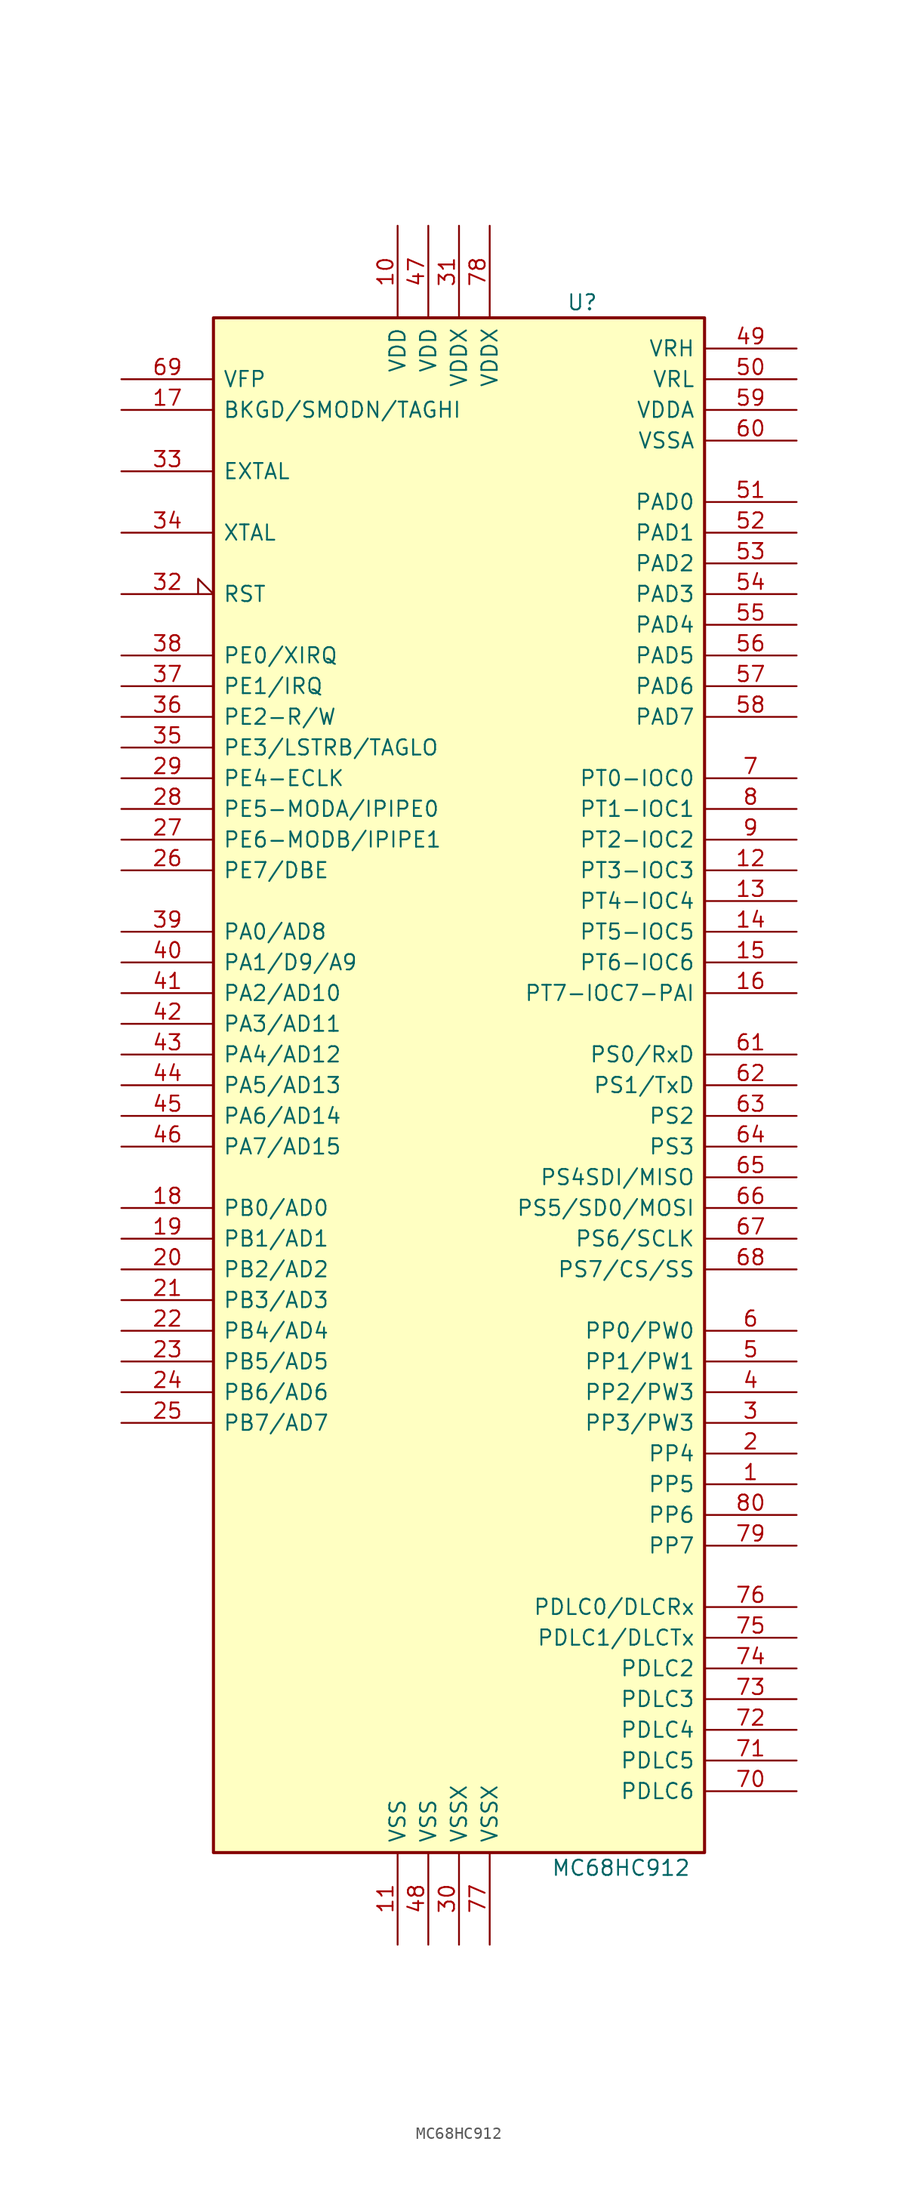
<source format=kicad_sym>
(kicad_symbol_lib
  (version 20201005)
  (generator kicad_symbol_editor)
  (symbol "MCU_NXP_HC12:MC68HC912"
    (pin_names
      (offset 0.762))
    (property "Reference" "U"
      (at 8.89 67.31 0)
      (effects (font (size 1.27 1.27)) (justify left)))
    (property "Value" "MC68HC912"
      (at 7.62 -62.23 0)
      (effects (font (size 1.27 1.27)) (justify left)))
    (symbol "MC68HC912_0_1"
      (rectangle (start -20.32 -60.96) (end 20.32 66.04) (stroke (width 0.254)) (fill (type background))))
    (symbol "MC68HC912_1_1"
      (pin bidirectional line (at 27.94 -30.48 180) (length 7.62) (name "PP5" (effects (font (size 1.27 1.27)))) (number "1" (effects (font (size 1.27 1.27)))))
      (pin power_in line (at -5.08 73.66 270) (length 7.62) (name "VDD" (effects (font (size 1.27 1.27)))) (number "10" (effects (font (size 1.27 1.27)))))
      (pin power_in line (at -5.08 -68.58 90) (length 7.62) (name "VSS" (effects (font (size 1.27 1.27)))) (number "11" (effects (font (size 1.27 1.27)))))
      (pin bidirectional line (at 27.94 20.32 180) (length 7.62) (name "PT3-IOC3" (effects (font (size 1.27 1.27)))) (number "12" (effects (font (size 1.27 1.27)))))
      (pin bidirectional line (at 27.94 17.78 180) (length 7.62) (name "PT4-IOC4" (effects (font (size 1.27 1.27)))) (number "13" (effects (font (size 1.27 1.27)))))
      (pin bidirectional line (at 27.94 15.24 180) (length 7.62) (name "PT5-IOC5" (effects (font (size 1.27 1.27)))) (number "14" (effects (font (size 1.27 1.27)))))
      (pin bidirectional line (at 27.94 12.7 180) (length 7.62) (name "PT6-IOC6" (effects (font (size 1.27 1.27)))) (number "15" (effects (font (size 1.27 1.27)))))
      (pin bidirectional line (at 27.94 10.16 180) (length 7.62) (name "PT7-IOC7-PAI" (effects (font (size 1.27 1.27)))) (number "16" (effects (font (size 1.27 1.27)))))
      (pin bidirectional line (at -27.94 58.42 0) (length 7.62) (name "BKGD/SMODN/TAGHI" (effects (font (size 1.27 1.27)))) (number "17" (effects (font (size 1.27 1.27)))))
      (pin bidirectional line (at -27.94 -7.62 0) (length 7.62) (name "PB0/AD0" (effects (font (size 1.27 1.27)))) (number "18" (effects (font (size 1.27 1.27)))))
      (pin bidirectional line (at -27.94 -10.16 0) (length 7.62) (name "PB1/AD1" (effects (font (size 1.27 1.27)))) (number "19" (effects (font (size 1.27 1.27)))))
      (pin bidirectional line (at 27.94 -27.94 180) (length 7.62) (name "PP4" (effects (font (size 1.27 1.27)))) (number "2" (effects (font (size 1.27 1.27)))))
      (pin bidirectional line (at -27.94 -12.7 0) (length 7.62) (name "PB2/AD2" (effects (font (size 1.27 1.27)))) (number "20" (effects (font (size 1.27 1.27)))))
      (pin bidirectional line (at -27.94 -15.24 0) (length 7.62) (name "PB3/AD3" (effects (font (size 1.27 1.27)))) (number "21" (effects (font (size 1.27 1.27)))))
      (pin bidirectional line (at -27.94 -17.78 0) (length 7.62) (name "PB4/AD4" (effects (font (size 1.27 1.27)))) (number "22" (effects (font (size 1.27 1.27)))))
      (pin bidirectional line (at -27.94 -20.32 0) (length 7.62) (name "PB5/AD5" (effects (font (size 1.27 1.27)))) (number "23" (effects (font (size 1.27 1.27)))))
      (pin bidirectional line (at -27.94 -22.86 0) (length 7.62) (name "PB6/AD6" (effects (font (size 1.27 1.27)))) (number "24" (effects (font (size 1.27 1.27)))))
      (pin bidirectional line (at -27.94 -25.4 0) (length 7.62) (name "PB7/AD7" (effects (font (size 1.27 1.27)))) (number "25" (effects (font (size 1.27 1.27)))))
      (pin bidirectional line (at -27.94 20.32 0) (length 7.62) (name "PE7/DBE" (effects (font (size 1.27 1.27)))) (number "26" (effects (font (size 1.27 1.27)))))
      (pin bidirectional line (at -27.94 22.86 0) (length 7.62) (name "PE6-MODB/IPIPE1" (effects (font (size 1.27 1.27)))) (number "27" (effects (font (size 1.27 1.27)))))
      (pin bidirectional line (at -27.94 25.4 0) (length 7.62) (name "PE5-MODA/IPIPE0" (effects (font (size 1.27 1.27)))) (number "28" (effects (font (size 1.27 1.27)))))
      (pin bidirectional line (at -27.94 27.94 0) (length 7.62) (name "PE4-ECLK" (effects (font (size 1.27 1.27)))) (number "29" (effects (font (size 1.27 1.27)))))
      (pin bidirectional line (at 27.94 -25.4 180) (length 7.62) (name "PP3/PW3" (effects (font (size 1.27 1.27)))) (number "3" (effects (font (size 1.27 1.27)))))
      (pin power_in line (at 0 -68.58 90) (length 7.62) (name "VSSX" (effects (font (size 1.27 1.27)))) (number "30" (effects (font (size 1.27 1.27)))))
      (pin power_in line (at 0 73.66 270) (length 7.62) (name "VDDX" (effects (font (size 1.27 1.27)))) (number "31" (effects (font (size 1.27 1.27)))))
      (pin bidirectional input_low (at -27.94 43.18 0) (length 7.62) (name "RST" (effects (font (size 1.27 1.27)))) (number "32" (effects (font (size 1.27 1.27)))))
      (pin input line (at -27.94 53.34 0) (length 7.62) (name "EXTAL" (effects (font (size 1.27 1.27)))) (number "33" (effects (font (size 1.27 1.27)))))
      (pin output line (at -27.94 48.26 0) (length 7.62) (name "XTAL" (effects (font (size 1.27 1.27)))) (number "34" (effects (font (size 1.27 1.27)))))
      (pin bidirectional line (at -27.94 30.48 0) (length 7.62) (name "PE3/LSTRB/TAGLO" (effects (font (size 1.27 1.27)))) (number "35" (effects (font (size 1.27 1.27)))))
      (pin bidirectional line (at -27.94 33.02 0) (length 7.62) (name "PE2-R/W" (effects (font (size 1.27 1.27)))) (number "36" (effects (font (size 1.27 1.27)))))
      (pin input line (at -27.94 35.56 0) (length 7.62) (name "PE1/IRQ" (effects (font (size 1.27 1.27)))) (number "37" (effects (font (size 1.27 1.27)))))
      (pin input line (at -27.94 38.1 0) (length 7.62) (name "PE0/XIRQ" (effects (font (size 1.27 1.27)))) (number "38" (effects (font (size 1.27 1.27)))))
      (pin bidirectional line (at -27.94 15.24 0) (length 7.62) (name "PA0/AD8" (effects (font (size 1.27 1.27)))) (number "39" (effects (font (size 1.27 1.27)))))
      (pin bidirectional line (at 27.94 -22.86 180) (length 7.62) (name "PP2/PW3" (effects (font (size 1.27 1.27)))) (number "4" (effects (font (size 1.27 1.27)))))
      (pin bidirectional line (at -27.94 12.7 0) (length 7.62) (name "PA1/D9/A9" (effects (font (size 1.27 1.27)))) (number "40" (effects (font (size 1.27 1.27)))))
      (pin bidirectional line (at -27.94 10.16 0) (length 7.62) (name "PA2/AD10" (effects (font (size 1.27 1.27)))) (number "41" (effects (font (size 1.27 1.27)))))
      (pin bidirectional line (at -27.94 7.62 0) (length 7.62) (name "PA3/AD11" (effects (font (size 1.27 1.27)))) (number "42" (effects (font (size 1.27 1.27)))))
      (pin bidirectional line (at -27.94 5.08 0) (length 7.62) (name "PA4/AD12" (effects (font (size 1.27 1.27)))) (number "43" (effects (font (size 1.27 1.27)))))
      (pin bidirectional line (at -27.94 2.54 0) (length 7.62) (name "PA5/AD13" (effects (font (size 1.27 1.27)))) (number "44" (effects (font (size 1.27 1.27)))))
      (pin bidirectional line (at -27.94 0 0) (length 7.62) (name "PA6/AD14" (effects (font (size 1.27 1.27)))) (number "45" (effects (font (size 1.27 1.27)))))
      (pin bidirectional line (at -27.94 -2.54 0) (length 7.62) (name "PA7/AD15" (effects (font (size 1.27 1.27)))) (number "46" (effects (font (size 1.27 1.27)))))
      (pin power_in line (at -2.54 73.66 270) (length 7.62) (name "VDD" (effects (font (size 1.27 1.27)))) (number "47" (effects (font (size 1.27 1.27)))))
      (pin power_in line (at -2.54 -68.58 90) (length 7.62) (name "VSS" (effects (font (size 1.27 1.27)))) (number "48" (effects (font (size 1.27 1.27)))))
      (pin input line (at 27.94 63.5 180) (length 7.62) (name "VRH" (effects (font (size 1.27 1.27)))) (number "49" (effects (font (size 1.27 1.27)))))
      (pin bidirectional line (at 27.94 -20.32 180) (length 7.62) (name "PP1/PW1" (effects (font (size 1.27 1.27)))) (number "5" (effects (font (size 1.27 1.27)))))
      (pin input line (at 27.94 60.96 180) (length 7.62) (name "VRL" (effects (font (size 1.27 1.27)))) (number "50" (effects (font (size 1.27 1.27)))))
      (pin input line (at 27.94 50.8 180) (length 7.62) (name "PAD0" (effects (font (size 1.27 1.27)))) (number "51" (effects (font (size 1.27 1.27)))))
      (pin input line (at 27.94 48.26 180) (length 7.62) (name "PAD1" (effects (font (size 1.27 1.27)))) (number "52" (effects (font (size 1.27 1.27)))))
      (pin input line (at 27.94 45.72 180) (length 7.62) (name "PAD2" (effects (font (size 1.27 1.27)))) (number "53" (effects (font (size 1.27 1.27)))))
      (pin input line (at 27.94 43.18 180) (length 7.62) (name "PAD3" (effects (font (size 1.27 1.27)))) (number "54" (effects (font (size 1.27 1.27)))))
      (pin input line (at 27.94 40.64 180) (length 7.62) (name "PAD4" (effects (font (size 1.27 1.27)))) (number "55" (effects (font (size 1.27 1.27)))))
      (pin input line (at 27.94 38.1 180) (length 7.62) (name "PAD5" (effects (font (size 1.27 1.27)))) (number "56" (effects (font (size 1.27 1.27)))))
      (pin input line (at 27.94 35.56 180) (length 7.62) (name "PAD6" (effects (font (size 1.27 1.27)))) (number "57" (effects (font (size 1.27 1.27)))))
      (pin input line (at 27.94 33.02 180) (length 7.62) (name "PAD7" (effects (font (size 1.27 1.27)))) (number "58" (effects (font (size 1.27 1.27)))))
      (pin input line (at 27.94 58.42 180) (length 7.62) (name "VDDA" (effects (font (size 1.27 1.27)))) (number "59" (effects (font (size 1.27 1.27)))))
      (pin bidirectional line (at 27.94 -17.78 180) (length 7.62) (name "PP0/PW0" (effects (font (size 1.27 1.27)))) (number "6" (effects (font (size 1.27 1.27)))))
      (pin input line (at 27.94 55.88 180) (length 7.62) (name "VSSA" (effects (font (size 1.27 1.27)))) (number "60" (effects (font (size 1.27 1.27)))))
      (pin bidirectional line (at 27.94 5.08 180) (length 7.62) (name "PS0/RxD" (effects (font (size 1.27 1.27)))) (number "61" (effects (font (size 1.27 1.27)))))
      (pin bidirectional line (at 27.94 2.54 180) (length 7.62) (name "PS1/TxD" (effects (font (size 1.27 1.27)))) (number "62" (effects (font (size 1.27 1.27)))))
      (pin bidirectional line (at 27.94 0 180) (length 7.62) (name "PS2" (effects (font (size 1.27 1.27)))) (number "63" (effects (font (size 1.27 1.27)))))
      (pin bidirectional line (at 27.94 -2.54 180) (length 7.62) (name "PS3" (effects (font (size 1.27 1.27)))) (number "64" (effects (font (size 1.27 1.27)))))
      (pin bidirectional line (at 27.94 -5.08 180) (length 7.62) (name "PS4SDI/MISO" (effects (font (size 1.27 1.27)))) (number "65" (effects (font (size 1.27 1.27)))))
      (pin bidirectional line (at 27.94 -7.62 180) (length 7.62) (name "PS5/SD0/MOSI" (effects (font (size 1.27 1.27)))) (number "66" (effects (font (size 1.27 1.27)))))
      (pin bidirectional line (at 27.94 -10.16 180) (length 7.62) (name "PS6/SCLK" (effects (font (size 1.27 1.27)))) (number "67" (effects (font (size 1.27 1.27)))))
      (pin bidirectional line (at 27.94 -12.7 180) (length 7.62) (name "PS7/CS/SS" (effects (font (size 1.27 1.27)))) (number "68" (effects (font (size 1.27 1.27)))))
      (pin input line (at -27.94 60.96 0) (length 7.62) (name "VFP" (effects (font (size 1.27 1.27)))) (number "69" (effects (font (size 1.27 1.27)))))
      (pin bidirectional line (at 27.94 27.94 180) (length 7.62) (name "PT0-IOC0" (effects (font (size 1.27 1.27)))) (number "7" (effects (font (size 1.27 1.27)))))
      (pin bidirectional line (at 27.94 -55.88 180) (length 7.62) (name "PDLC6" (effects (font (size 1.27 1.27)))) (number "70" (effects (font (size 1.27 1.27)))))
      (pin bidirectional line (at 27.94 -53.34 180) (length 7.62) (name "PDLC5" (effects (font (size 1.27 1.27)))) (number "71" (effects (font (size 1.27 1.27)))))
      (pin bidirectional line (at 27.94 -50.8 180) (length 7.62) (name "PDLC4" (effects (font (size 1.27 1.27)))) (number "72" (effects (font (size 1.27 1.27)))))
      (pin bidirectional line (at 27.94 -48.26 180) (length 7.62) (name "PDLC3" (effects (font (size 1.27 1.27)))) (number "73" (effects (font (size 1.27 1.27)))))
      (pin bidirectional line (at 27.94 -45.72 180) (length 7.62) (name "PDLC2" (effects (font (size 1.27 1.27)))) (number "74" (effects (font (size 1.27 1.27)))))
      (pin bidirectional line (at 27.94 -43.18 180) (length 7.62) (name "PDLC1/DLCTx" (effects (font (size 1.27 1.27)))) (number "75" (effects (font (size 1.27 1.27)))))
      (pin bidirectional line (at 27.94 -40.64 180) (length 7.62) (name "PDLC0/DLCRx" (effects (font (size 1.27 1.27)))) (number "76" (effects (font (size 1.27 1.27)))))
      (pin power_in line (at 2.54 -68.58 90) (length 7.62) (name "VSSX" (effects (font (size 1.27 1.27)))) (number "77" (effects (font (size 1.27 1.27)))))
      (pin power_in line (at 2.54 73.66 270) (length 7.62) (name "VDDX" (effects (font (size 1.27 1.27)))) (number "78" (effects (font (size 1.27 1.27)))))
      (pin bidirectional line (at 27.94 -35.56 180) (length 7.62) (name "PP7" (effects (font (size 1.27 1.27)))) (number "79" (effects (font (size 1.27 1.27)))))
      (pin bidirectional line (at 27.94 25.4 180) (length 7.62) (name "PT1-IOC1" (effects (font (size 1.27 1.27)))) (number "8" (effects (font (size 1.27 1.27)))))
      (pin bidirectional line (at 27.94 -33.02 180) (length 7.62) (name "PP6" (effects (font (size 1.27 1.27)))) (number "80" (effects (font (size 1.27 1.27)))))
      (pin bidirectional line (at 27.94 22.86 180) (length 7.62) (name "PT2-IOC2" (effects (font (size 1.27 1.27)))) (number "9" (effects (font (size 1.27 1.27))))))))
</source>
